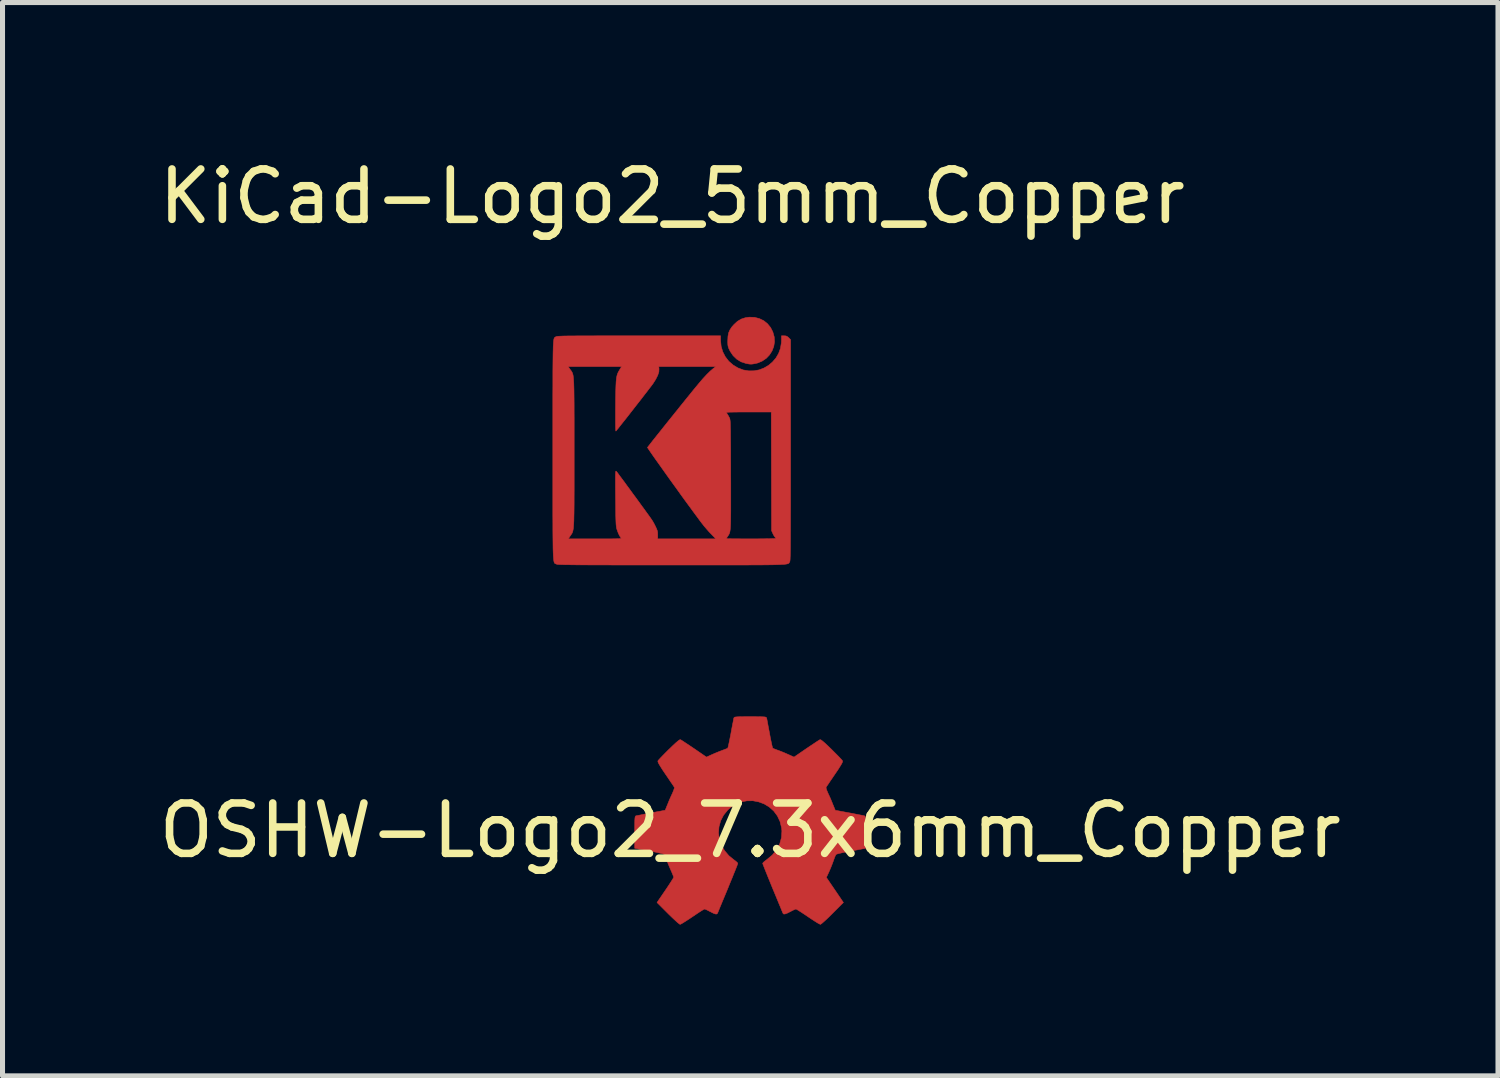
<source format=kicad_pcb>
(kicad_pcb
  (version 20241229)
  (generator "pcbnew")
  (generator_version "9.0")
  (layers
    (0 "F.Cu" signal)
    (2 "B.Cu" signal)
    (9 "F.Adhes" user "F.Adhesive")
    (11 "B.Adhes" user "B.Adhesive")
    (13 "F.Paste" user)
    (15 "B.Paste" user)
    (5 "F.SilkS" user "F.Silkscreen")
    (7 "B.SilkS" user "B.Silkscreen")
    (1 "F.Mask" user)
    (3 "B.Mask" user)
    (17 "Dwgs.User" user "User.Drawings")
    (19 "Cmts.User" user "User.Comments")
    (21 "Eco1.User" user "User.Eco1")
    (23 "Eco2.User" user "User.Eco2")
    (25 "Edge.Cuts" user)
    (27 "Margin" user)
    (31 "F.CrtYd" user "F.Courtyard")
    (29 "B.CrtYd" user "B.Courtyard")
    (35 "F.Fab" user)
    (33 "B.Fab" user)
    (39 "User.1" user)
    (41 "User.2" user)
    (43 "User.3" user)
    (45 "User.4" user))
  (footprint "OSHW-Logo2_7.3x6mm_Copper"
    (layer "F.Cu")
    (at 11.839 13.431)
    (property "Reference" "OSHW-Logo2_7.3x6mm_Copper" (at 0 0 0) (layer "F.SilkS") (effects (font (size 1 1) (thickness 0.15))))
    (attr exclude_from_pos_files exclude_from_bom)
    (fp_poly (pts (xy 0.104 -2.258) (xy 0.182 -2.257) (xy 0.239 -2.256) (xy 0.278 -2.254) (xy 0.303 -2.25) (xy 0.316 -2.244) (xy 0.323 -2.237) (xy 0.326 -2.226) (xy 0.327 -2.225) (xy 0.332 -2.201) (xy 0.341 -2.153) (xy 0.353 -2.087) (xy 0.368 -2.008) (xy 0.385 -1.92) (xy 0.385 -1.917) (xy 0.401 -1.831) (xy 0.417 -1.755) (xy 0.43 -1.694) (xy 0.44 -1.652) (xy 0.446 -1.633) (xy 0.447 -1.633) (xy 0.465 -1.624) (xy 0.502 -1.609) (xy 0.551 -1.591) (xy 0.552 -1.591) (xy 0.613 -1.568) (xy 0.686 -1.538) (xy 0.754 -1.508) (xy 0.757 -1.507) (xy 0.869 -1.456) (xy 1.115 -1.625) (xy 1.191 -1.676) (xy 1.26 -1.722) (xy 1.317 -1.76) (xy 1.359 -1.787) (xy 1.383 -1.801) (xy 1.385 -1.802) (xy 1.402 -1.798) (xy 1.434 -1.775) (xy 1.481 -1.735) (xy 1.546 -1.674) (xy 1.612 -1.61) (xy 1.676 -1.546) (xy 1.733 -1.489) (xy 1.78 -1.44) (xy 1.814 -1.404) (xy 1.83 -1.384) (xy 1.831 -1.383) (xy 1.833 -1.369) (xy 1.826 -1.347) (xy 1.809 -1.314) (xy 1.779 -1.265) (xy 1.737 -1.199) (xy 1.679 -1.114) (xy 1.629 -1.04) (xy 1.583 -0.973) (xy 1.546 -0.917) (xy 1.519 -0.878) (xy 1.506 -0.857) (xy 1.505 -0.856) (xy 1.507 -0.836) (xy 1.519 -0.798) (xy 1.54 -0.748) (xy 1.547 -0.732) (xy 1.58 -0.662) (xy 1.614 -0.582) (xy 1.642 -0.512) (xy 1.663 -0.461) (xy 1.679 -0.422) (xy 1.688 -0.401) (xy 1.689 -0.4) (xy 1.706 -0.397) (xy 1.746 -0.39) (xy 1.804 -0.379) (xy 1.875 -0.366) (xy 1.952 -0.352) (xy 2.032 -0.337) (xy 2.107 -0.322) (xy 2.174 -0.309) (xy 2.227 -0.299) (xy 2.26 -0.292) (xy 2.268 -0.29) (xy 2.276 -0.285) (xy 2.283 -0.274) (xy 2.287 -0.254) (xy 2.29 -0.22) (xy 2.292 -0.17) (xy 2.293 -0.099) (xy 2.293 -0.004) (xy 2.293 0.035) (xy 2.293 0.353) (xy 2.217 0.368) (xy 2.175 0.376) (xy 2.111 0.388) (xy 2.035 0.402) (xy 1.953 0.417) (xy 1.93 0.421) (xy 1.855 0.436) (xy 1.789 0.451) (xy 1.738 0.463) (xy 1.709 0.473) (xy 1.704 0.476) (xy 1.691 0.497) (xy 1.674 0.538) (xy 1.655 0.59) (xy 1.651 0.602) (xy 1.625 0.672) (xy 1.594 0.75) (xy 1.563 0.821) (xy 1.563 0.822) (xy 1.511 0.933) (xy 1.68 1.181) (xy 1.849 1.43) (xy 1.632 1.647) (xy 1.567 1.712) (xy 1.507 1.769) (xy 1.456 1.815) (xy 1.418 1.848) (xy 1.396 1.863) (xy 1.392 1.864) (xy 1.374 1.856) (xy 1.335 1.835) (xy 1.281 1.801) (xy 1.216 1.759) (xy 1.146 1.712) (xy 1.075 1.664) (xy 1.011 1.622) (xy 0.959 1.589) (xy 0.923 1.567) (xy 0.907 1.56) (xy 0.887 1.566) (xy 0.85 1.583) (xy 0.803 1.607) (xy 0.798 1.61) (xy 0.734 1.642) (xy 0.69 1.658) (xy 0.663 1.658) (xy 0.649 1.643) (xy 0.649 1.643) (xy 0.642 1.626) (xy 0.625 1.585) (xy 0.6 1.524) (xy 0.567 1.445) (xy 0.529 1.352) (xy 0.486 1.248) (xy 0.444 1.148) (xy 0.399 1.037) (xy 0.357 0.934) (xy 0.32 0.842) (xy 0.289 0.765) (xy 0.266 0.706) (xy 0.251 0.667) (xy 0.247 0.653) (xy 0.258 0.636) (xy 0.287 0.61) (xy 0.326 0.581) (xy 0.437 0.489) (xy 0.523 0.384) (xy 0.585 0.267) (xy 0.62 0.142) (xy 0.628 0.01) (xy 0.622 -0.052) (xy 0.591 -0.178) (xy 0.538 -0.29) (xy 0.466 -0.386) (xy 0.378 -0.465) (xy 0.278 -0.526) (xy 0.168 -0.567) (xy 0.053 -0.589) (xy -0.065 -0.588) (xy -0.181 -0.566) (xy -0.294 -0.519) (xy -0.4 -0.448) (xy -0.444 -0.408) (xy -0.528 -0.305) (xy -0.587 -0.192) (xy -0.62 -0.073) (xy -0.629 0.049) (xy -0.613 0.171) (xy -0.573 0.289) (xy -0.51 0.4) (xy -0.423 0.502) (xy -0.326 0.581) (xy -0.286 0.611) (xy -0.257 0.637) (xy -0.247 0.653) (xy -0.252 0.67) (xy -0.267 0.711) (xy -0.291 0.772) (xy -0.323 0.85) (xy -0.36 0.943) (xy -0.403 1.046) (xy -0.444 1.148) (xy -0.49 1.259) (xy -0.533 1.362) (xy -0.571 1.453) (xy -0.603 1.53) (xy -0.627 1.59) (xy -0.643 1.629) (xy -0.649 1.643) (xy -0.663 1.658) (xy -0.69 1.658) (xy -0.734 1.642) (xy -0.797 1.61) (xy -0.798 1.61) (xy -0.845 1.585) (xy -0.884 1.567) (xy -0.906 1.56) (xy -0.907 1.56) (xy -0.923 1.567) (xy -0.96 1.589) (xy -1.012 1.622) (xy -1.075 1.664) (xy -1.146 1.712) (xy -1.218 1.76) (xy -1.283 1.802) (xy -1.336 1.835) (xy -1.374 1.857) (xy -1.392 1.864) (xy -1.409 1.854) (xy -1.443 1.827) (xy -1.49 1.784) (xy -1.547 1.731) (xy -1.612 1.668) (xy -1.633 1.647) (xy -1.85 1.43) (xy -1.684 1.187) (xy -1.634 1.113) (xy -1.59 1.046) (xy -1.555 0.991) (xy -1.53 0.951) (xy -1.519 0.93) (xy -1.519 0.929) (xy -1.525 0.909) (xy -1.54 0.87) (xy -1.562 0.817) (xy -1.578 0.782) (xy -1.607 0.715) (xy -1.635 0.647) (xy -1.656 0.59) (xy -1.662 0.573) (xy -1.679 0.526) (xy -1.695 0.49) (xy -1.704 0.476) (xy -1.723 0.468) (xy -1.766 0.456) (xy -1.826 0.442) (xy -1.898 0.427) (xy -1.93 0.421) (xy -2.012 0.406) (xy -2.091 0.392) (xy -2.159 0.379) (xy -2.208 0.37) (xy -2.217 0.368) (xy -2.293 0.353) (xy -2.293 0.035) (xy -2.293 -0.069) (xy -2.292 -0.148) (xy -2.291 -0.205) (xy -2.288 -0.244) (xy -2.284 -0.269) (xy -2.279 -0.282) (xy -2.271 -0.289) (xy -2.268 -0.29) (xy -2.249 -0.294) (xy -2.207 -0.302) (xy -2.148 -0.314) (xy -2.077 -0.328) (xy -1.999 -0.343) (xy -1.92 -0.358) (xy -1.845 -0.372) (xy -1.779 -0.384) (xy -1.727 -0.394) (xy -1.696 -0.399) (xy -1.689 -0.4) (xy -1.683 -0.412) (xy -1.669 -0.446) (xy -1.65 -0.494) (xy -1.642 -0.512) (xy -1.613 -0.585) (xy -1.578 -0.665) (xy -1.547 -0.732) (xy -1.525 -0.784) (xy -1.51 -0.826) (xy -1.504 -0.852) (xy -1.505 -0.856) (xy -1.516 -0.872) (xy -1.54 -0.909) (xy -1.576 -0.961) (xy -1.62 -1.026) (xy -1.67 -1.1) (xy -1.68 -1.114) (xy -1.738 -1.2) (xy -1.78 -1.266) (xy -1.809 -1.314) (xy -1.826 -1.347) (xy -1.833 -1.369) (xy -1.831 -1.383) (xy -1.831 -1.383) (xy -1.816 -1.401) (xy -1.785 -1.435) (xy -1.739 -1.483) (xy -1.683 -1.54) (xy -1.62 -1.603) (xy -1.612 -1.61) (xy -1.533 -1.687) (xy -1.471 -1.744) (xy -1.427 -1.781) (xy -1.398 -1.8) (xy -1.385 -1.802) (xy -1.367 -1.792) (xy -1.328 -1.767) (xy -1.274 -1.731) (xy -1.207 -1.687) (xy -1.133 -1.637) (xy -1.115 -1.625) (xy -0.869 -1.456) (xy -0.757 -1.507) (xy -0.69 -1.536) (xy -0.617 -1.566) (xy -0.554 -1.59) (xy -0.552 -1.591) (xy -0.503 -1.609) (xy -0.465 -1.624) (xy -0.447 -1.633) (xy -0.447 -1.633) (xy -0.441 -1.649) (xy -0.431 -1.69) (xy -0.418 -1.75) (xy -0.403 -1.825) (xy -0.386 -1.91) (xy -0.385 -1.917) (xy -0.369 -2.005) (xy -0.354 -2.085) (xy -0.341 -2.151) (xy -0.332 -2.2) (xy -0.327 -2.225) (xy -0.327 -2.225) (xy -0.323 -2.236) (xy -0.317 -2.244) (xy -0.305 -2.25) (xy -0.281 -2.253) (xy -0.244 -2.256) (xy -0.19 -2.257) (xy -0.114 -2.258) (xy -0.013 -2.258) (xy 0 -2.258) (xy 0.104 -2.258)) (stroke (width 0.01) (type solid)) (fill yes) (layer "F.Cu")))
  (footprint "KiCad-Logo2_5mm_Copper"
    (layer "F.Cu")
    (at 10.292 5.928)
    (property "Reference" "KiCad-Logo2_5mm_Copper" (at 0 -5.08 0) (layer "F.SilkS") (effects (font (size 1 1) (thickness 0.15))))
    (attr exclude_from_pos_files exclude_from_bom)
    (fp_poly (pts (xy 1.633 -2.68) (xy 1.729 -2.655) (xy 1.816 -2.613) (xy 1.89 -2.553) (xy 1.951 -2.478) (xy 1.996 -2.389) (xy 2.023 -2.293) (xy 2.029 -2.195) (xy 2.014 -2.102) (xy 1.98 -2.014) (xy 1.929 -1.934) (xy 1.864 -1.866) (xy 1.784 -1.812) (xy 1.694 -1.774) (xy 1.643 -1.762) (xy 1.598 -1.754) (xy 1.564 -1.751) (xy 1.531 -1.753) (xy 1.49 -1.76) (xy 1.457 -1.767) (xy 1.364 -1.798) (xy 1.28 -1.85) (xy 1.208 -1.919) (xy 1.15 -2.004) (xy 1.136 -2.032) (xy 1.119 -2.068) (xy 1.109 -2.099) (xy 1.103 -2.131) (xy 1.101 -2.172) (xy 1.101 -2.218) (xy 1.105 -2.302) (xy 1.118 -2.372) (xy 1.144 -2.432) (xy 1.183 -2.491) (xy 1.222 -2.535) (xy 1.293 -2.601) (xy 1.369 -2.646) (xy 1.451 -2.673) (xy 1.529 -2.684) (xy 1.633 -2.68)) (stroke (width 0.01) (type solid)) (fill yes) (layer "F.Cu"))
    (fp_poly (pts (xy 0.959 -2.217) (xy 0.97 -2.103) (xy 1.002 -1.996) (xy 1.053 -1.897) (xy 1.122 -1.808) (xy 1.207 -1.734) (xy 1.304 -1.676) (xy 1.41 -1.636) (xy 1.517 -1.618) (xy 1.623 -1.619) (xy 1.725 -1.638) (xy 1.821 -1.675) (xy 1.91 -1.727) (xy 1.989 -1.794) (xy 2.057 -1.873) (xy 2.11 -1.964) (xy 2.147 -2.066) (xy 2.165 -2.176) (xy 2.167 -2.226) (xy 2.167 -2.314) (xy 2.219 -2.314) (xy 2.256 -2.311) (xy 2.283 -2.299) (xy 2.31 -2.276) (xy 2.348 -2.237) (xy 2.348 -0.046) (xy 2.348 0.217) (xy 2.348 0.457) (xy 2.348 0.677) (xy 2.348 0.877) (xy 2.348 1.058) (xy 2.347 1.222) (xy 2.347 1.368) (xy 2.347 1.498) (xy 2.346 1.614) (xy 2.346 1.715) (xy 2.345 1.803) (xy 2.345 1.879) (xy 2.344 1.944) (xy 2.343 1.998) (xy 2.342 2.043) (xy 2.34 2.08) (xy 2.339 2.109) (xy 2.338 2.131) (xy 2.336 2.148) (xy 2.334 2.16) (xy 2.332 2.168) (xy 2.33 2.174) (xy 2.329 2.175) (xy 2.325 2.182) (xy 2.321 2.189) (xy 2.317 2.195) (xy 2.312 2.2) (xy 2.305 2.205) (xy 2.295 2.209) (xy 2.281 2.213) (xy 2.261 2.217) (xy 2.236 2.22) (xy 2.205 2.223) (xy 2.165 2.225) (xy 2.117 2.227) (xy 2.06 2.229) (xy 1.992 2.231) (xy 1.912 2.232) (xy 1.821 2.233) (xy 1.716 2.234) (xy 1.597 2.234) (xy 1.463 2.235) (xy 1.312 2.235) (xy 1.146 2.235) (xy 0.961 2.235) (xy 0.757 2.235) (xy 0.534 2.235) (xy 0.29 2.235) (xy 0.025 2.235) (xy -0.014 2.235) (xy -0.281 2.235) (xy -0.526 2.235) (xy -0.751 2.235) (xy -0.955 2.235) (xy -1.141 2.235) (xy -1.309 2.234) (xy -1.46 2.234) (xy -1.595 2.234) (xy -1.714 2.233) (xy -1.819 2.233) (xy -1.911 2.232) (xy -1.99 2.231) (xy -2.058 2.23) (xy -2.115 2.23) (xy -2.163 2.228) (xy -2.201 2.227) (xy -2.232 2.226) (xy -2.256 2.224) (xy -2.274 2.223) (xy -2.287 2.221) (xy -2.295 2.219) (xy -2.299 2.217) (xy -2.308 2.214) (xy -2.316 2.211) (xy -2.323 2.208) (xy -2.329 2.205) (xy -2.335 2.199) (xy -2.34 2.191) (xy -2.345 2.179) (xy -2.349 2.163) (xy -2.353 2.14) (xy -2.356 2.111) (xy -2.359 2.075) (xy -2.362 2.03) (xy -2.364 1.976) (xy -2.366 1.912) (xy -2.367 1.837) (xy -2.368 1.749) (xy -2.369 1.648) (xy -2.37 1.533) (xy -2.37 1.403) (xy -2.371 1.258) (xy -2.371 1.095) (xy -2.371 0.915) (xy -2.371 0.716) (xy -2.371 0.498) (xy -2.371 0.258) (xy -2.371 -0.002) (xy -2.371 -0.044) (xy -2.371 -0.307) (xy -2.371 -0.548) (xy -2.371 -0.769) (xy -2.371 -0.97) (xy -2.371 -1.152) (xy -2.37 -1.316) (xy -2.37 -1.463) (xy -2.37 -1.594) (xy -2.369 -1.704) (xy -2.066 -1.704) (xy -2.027 -1.646) (xy -2.015 -1.631) (xy -2.005 -1.617) (xy -1.996 -1.603) (xy -1.988 -1.589) (xy -1.981 -1.574) (xy -1.975 -1.555) (xy -1.969 -1.532) (xy -1.965 -1.504) (xy -1.961 -1.47) (xy -1.958 -1.428) (xy -1.955 -1.377) (xy -1.953 -1.315) (xy -1.951 -1.243) (xy -1.95 -1.158) (xy -1.949 -1.06) (xy -1.948 -0.947) (xy -1.948 -0.817) (xy -1.947 -0.671) (xy -1.947 -0.506) (xy -1.947 -0.322) (xy -1.947 -0.117) (xy -1.947 0.006) (xy -1.947 0.223) (xy -1.947 0.418) (xy -1.947 0.594) (xy -1.947 0.75) (xy -1.948 0.889) (xy -1.948 1.011) (xy -1.949 1.117) (xy -1.95 1.209) (xy -1.952 1.288) (xy -1.953 1.355) (xy -1.956 1.412) (xy -1.959 1.459) (xy -1.962 1.498) (xy -1.967 1.529) (xy -1.972 1.555) (xy -1.977 1.575) (xy -1.984 1.593) (xy -1.991 1.608) (xy -2 1.621) (xy -2.009 1.635) (xy -2.02 1.65) (xy -2.026 1.659) (xy -2.064 1.716) (xy -1.533 1.716) (xy -1.41 1.716) (xy -1.307 1.716) (xy -1.224 1.716) (xy -1.157 1.715) (xy -1.106 1.714) (xy -1.068 1.713) (xy -1.042 1.711) (xy -1.026 1.709) (xy -1.017 1.706) (xy -1.015 1.702) (xy -1.017 1.698) (xy -1.019 1.696) (xy -1.044 1.659) (xy -1.07 1.607) (xy -1.093 1.545) (xy -1.102 1.518) (xy -1.106 1.5) (xy -1.11 1.479) (xy -1.113 1.453) (xy -1.116 1.419) (xy -1.118 1.376) (xy -1.12 1.322) (xy -1.122 1.254) (xy -1.123 1.171) (xy -1.124 1.069) (xy -1.125 0.948) (xy -1.126 0.903) (xy -1.127 0.778) (xy -1.128 0.674) (xy -1.128 0.589) (xy -1.128 0.52) (xy -1.128 0.468) (xy -1.127 0.428) (xy -1.125 0.401) (xy -1.123 0.384) (xy -1.121 0.375) (xy -1.117 0.372) (xy -1.113 0.374) (xy -1.109 0.378) (xy -1.098 0.391) (xy -1.076 0.42) (xy -1.044 0.464) (xy -1.003 0.519) (xy -0.955 0.583) (xy -0.902 0.656) (xy -0.845 0.733) (xy -0.786 0.815) (xy -0.725 0.897) (xy -0.666 0.978) (xy -0.609 1.057) (xy -0.555 1.13) (xy -0.508 1.196) (xy -0.467 1.252) (xy -0.435 1.297) (xy -0.413 1.329) (xy -0.408 1.335) (xy -0.385 1.372) (xy -0.358 1.42) (xy -0.333 1.47) (xy -0.33 1.476) (xy -0.308 1.525) (xy -0.295 1.562) (xy -0.29 1.598) (xy -0.289 1.64) (xy -0.289 1.716) (xy 0.865 1.716) (xy 0.774 1.622) (xy 0.727 1.573) (xy 0.677 1.516) (xy 0.631 1.462) (xy 0.611 1.436) (xy 0.58 1.397) (xy 0.54 1.344) (xy 0.492 1.278) (xy 0.436 1.203) (xy 0.374 1.118) (xy 0.307 1.027) (xy 0.236 0.93) (xy 0.163 0.829) (xy 0.089 0.725) (xy 0.014 0.622) (xy -0.06 0.519) (xy -0.132 0.418) (xy -0.2 0.322) (xy -0.264 0.232) (xy -0.323 0.15) (xy -0.375 0.076) (xy -0.418 0.014) (xy -0.453 -0.037) (xy -0.477 -0.073) (xy -0.49 -0.093) (xy -0.492 -0.098) (xy -0.484 -0.109) (xy -0.463 -0.136) (xy -0.431 -0.177) (xy -0.389 -0.231) (xy -0.337 -0.296) (xy -0.279 -0.369) (xy -0.214 -0.45) (xy -0.145 -0.537) (xy -0.073 -0.627) (xy 0.002 -0.72) (xy 0.061 -0.794) (xy 1.072 -0.794) (xy 1.078 -0.782) (xy 1.093 -0.759) (xy 1.094 -0.758) (xy 1.112 -0.728) (xy 1.132 -0.691) (xy 1.136 -0.683) (xy 1.14 -0.674) (xy 1.143 -0.664) (xy 1.145 -0.651) (xy 1.148 -0.633) (xy 1.15 -0.61) (xy 1.152 -0.579) (xy 1.153 -0.539) (xy 1.154 -0.49) (xy 1.156 -0.429) (xy 1.156 -0.355) (xy 1.157 -0.267) (xy 1.158 -0.164) (xy 1.159 -0.043) (xy 1.159 0.096) (xy 1.16 0.255) (xy 1.16 0.434) (xy 1.161 0.619) (xy 1.161 0.783) (xy 1.161 0.927) (xy 1.161 1.053) (xy 1.161 1.162) (xy 1.16 1.255) (xy 1.159 1.334) (xy 1.158 1.4) (xy 1.156 1.455) (xy 1.153 1.5) (xy 1.149 1.536) (xy 1.145 1.565) (xy 1.14 1.588) (xy 1.134 1.607) (xy 1.127 1.623) (xy 1.119 1.637) (xy 1.109 1.652) (xy 1.101 1.664) (xy 1.084 1.69) (xy 1.074 1.708) (xy 1.072 1.711) (xy 1.083 1.712) (xy 1.114 1.713) (xy 1.164 1.714) (xy 1.229 1.715) (xy 1.307 1.715) (xy 1.396 1.716) (xy 1.495 1.716) (xy 1.563 1.716) (xy 1.668 1.716) (xy 1.765 1.715) (xy 1.852 1.714) (xy 1.926 1.713) (xy 1.985 1.711) (xy 2.027 1.71) (xy 2.051 1.708) (xy 2.054 1.706) (xy 2.047 1.691) (xy 2.039 1.683) (xy 2.026 1.666) (xy 2.008 1.636) (xy 1.996 1.611) (xy 1.97 1.553) (xy 1.967 0.376) (xy 1.964 -0.801) (xy 1.518 -0.801) (xy 1.42 -0.801) (xy 1.33 -0.801) (xy 1.249 -0.8) (xy 1.181 -0.799) (xy 1.127 -0.798) (xy 1.091 -0.796) (xy 1.073 -0.795) (xy 1.072 -0.794) (xy 0.061 -0.794) (xy 0.077 -0.813) (xy 0.151 -0.906) (xy 0.223 -0.995) (xy 0.291 -1.08) (xy 0.355 -1.158) (xy 0.412 -1.229) (xy 0.462 -1.29) (xy 0.503 -1.339) (xy 0.52 -1.36) (xy 0.606 -1.461) (xy 0.683 -1.544) (xy 0.752 -1.612) (xy 0.815 -1.666) (xy 0.824 -1.673) (xy 0.864 -1.704) (xy -0.268 -1.704) (xy -0.263 -1.656) (xy -0.266 -1.599) (xy -0.288 -1.531) (xy -0.328 -1.451) (xy -0.373 -1.379) (xy -0.389 -1.356) (xy -0.417 -1.318) (xy -0.456 -1.268) (xy -0.502 -1.207) (xy -0.556 -1.138) (xy -0.614 -1.062) (xy -0.677 -0.982) (xy -0.741 -0.9) (xy -0.805 -0.818) (xy -0.867 -0.738) (xy -0.926 -0.663) (xy -0.981 -0.594) (xy -1.029 -0.534) (xy -1.068 -0.484) (xy -1.098 -0.448) (xy -1.116 -0.426) (xy -1.119 -0.423) (xy -1.122 -0.431) (xy -1.124 -0.461) (xy -1.126 -0.514) (xy -1.127 -0.588) (xy -1.127 -0.683) (xy -1.127 -0.8) (xy -1.126 -0.92) (xy -1.125 -1.052) (xy -1.123 -1.164) (xy -1.121 -1.257) (xy -1.118 -1.335) (xy -1.115 -1.399) (xy -1.11 -1.451) (xy -1.104 -1.494) (xy -1.096 -1.53) (xy -1.086 -1.56) (xy -1.074 -1.589) (xy -1.059 -1.616) (xy -1.044 -1.641) (xy -1.006 -1.704) (xy -2.066 -1.704) (xy -2.369 -1.704) (xy -2.369 -1.711) (xy -2.368 -1.813) (xy -2.367 -1.902) (xy -2.366 -1.978) (xy -2.364 -2.044) (xy -2.363 -2.099) (xy -2.36 -2.144) (xy -2.358 -2.182) (xy -2.355 -2.211) (xy -2.352 -2.235) (xy -2.348 -2.252) (xy -2.344 -2.265) (xy -2.339 -2.274) (xy -2.334 -2.28) (xy -2.329 -2.285) (xy -2.322 -2.288) (xy -2.316 -2.292) (xy -2.31 -2.295) (xy -2.304 -2.298) (xy -2.296 -2.3) (xy -2.284 -2.302) (xy -2.267 -2.304) (xy -2.243 -2.306) (xy -2.212 -2.307) (xy -2.173 -2.309) (xy -2.124 -2.31) (xy -2.065 -2.311) (xy -1.994 -2.311) (xy -1.91 -2.312) (xy -1.812 -2.313) (xy -1.699 -2.313) (xy -1.57 -2.313) (xy -1.424 -2.314) (xy -1.26 -2.314) (xy -1.076 -2.314) (xy -0.872 -2.314) (xy -0.661 -2.314) (xy 0.959 -2.314) (xy 0.959 -2.217)) (stroke (width 0.01) (type solid)) (fill yes) (layer "F.Cu")))
  (gr_rect
    (start -3 -3)
    (end 26.679 18.301)
    (stroke (width 0.1) (type default))
    (fill no)
    (layer "Edge.Cuts")))
</source>
